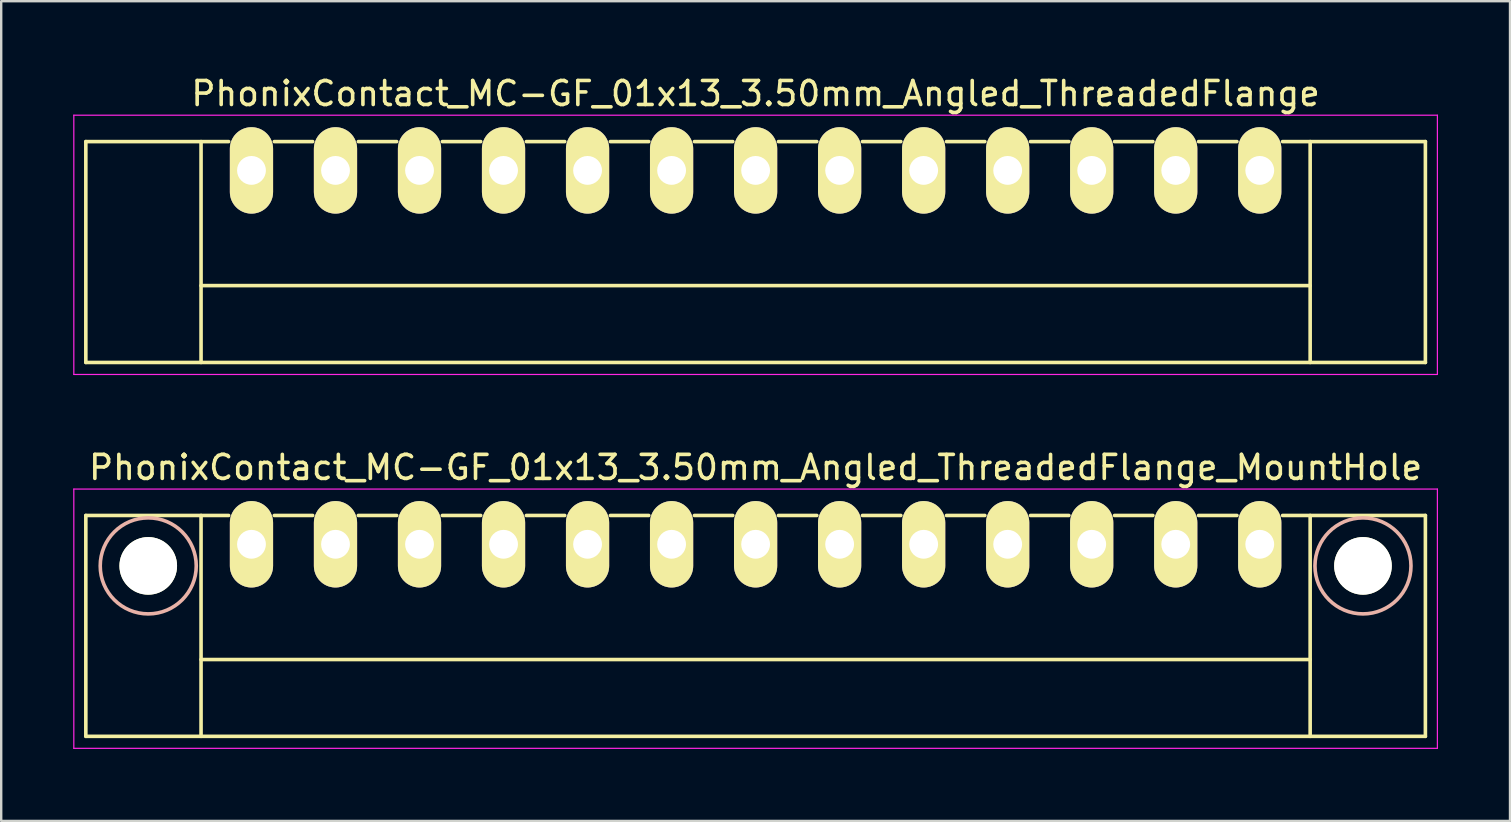
<source format=kicad_pcb>
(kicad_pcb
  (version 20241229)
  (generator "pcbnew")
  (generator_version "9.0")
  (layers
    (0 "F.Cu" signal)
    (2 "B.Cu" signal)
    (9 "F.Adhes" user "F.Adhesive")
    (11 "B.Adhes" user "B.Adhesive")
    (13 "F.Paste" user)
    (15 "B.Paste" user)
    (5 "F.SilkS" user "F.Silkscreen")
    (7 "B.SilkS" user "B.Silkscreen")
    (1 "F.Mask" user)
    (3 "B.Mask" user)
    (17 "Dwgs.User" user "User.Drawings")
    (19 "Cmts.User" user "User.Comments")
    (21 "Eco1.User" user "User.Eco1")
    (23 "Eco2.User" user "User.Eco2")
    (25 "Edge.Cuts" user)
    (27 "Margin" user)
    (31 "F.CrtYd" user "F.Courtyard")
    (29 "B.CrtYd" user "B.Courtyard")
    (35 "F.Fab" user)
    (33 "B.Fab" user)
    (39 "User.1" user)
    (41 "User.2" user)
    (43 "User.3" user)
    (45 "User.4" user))
  (footprint "PhonixContact_MC-GF_01x13_3.50mm_Angled_ThreadedFlange"
    (layer "F.Cu")
    (at 7.425 4.048)
    (property "Reference" "PhonixContact_MC-GF_01x13_3.50mm_Angled_ThreadedFlange" (at 21 -3.2 0) (layer "F.SilkS") (effects (font (size 1 1) (thickness 0.15))))
    (attr through_hole)
    (fp_line (start -6.9 -1.2) (end -6.9 8) (stroke (width 0.15) (type solid)) (layer "F.SilkS"))
    (fp_line (start -6.9 -1.2) (end -0.95 -1.2) (stroke (width 0.15) (type solid)) (layer "F.SilkS"))
    (fp_line (start -6.9 8) (end 48.9 8) (stroke (width 0.15) (type solid)) (layer "F.SilkS"))
    (fp_line (start -2.1 -1.2) (end -2.1 8) (stroke (width 0.15) (type solid)) (layer "F.SilkS"))
    (fp_line (start -2.1 4.8) (end 44.1 4.8) (stroke (width 0.15) (type solid)) (layer "F.SilkS"))
    (fp_line (start 0.95 -1.2) (end 2.55 -1.2) (stroke (width 0.15) (type solid)) (layer "F.SilkS"))
    (fp_line (start 4.45 -1.2) (end 6.05 -1.2) (stroke (width 0.15) (type solid)) (layer "F.SilkS"))
    (fp_line (start 7.95 -1.2) (end 9.55 -1.2) (stroke (width 0.15) (type solid)) (layer "F.SilkS"))
    (fp_line (start 11.45 -1.2) (end 13.05 -1.2) (stroke (width 0.15) (type solid)) (layer "F.SilkS"))
    (fp_line (start 14.95 -1.2) (end 16.55 -1.2) (stroke (width 0.15) (type solid)) (layer "F.SilkS"))
    (fp_line (start 18.45 -1.2) (end 20.05 -1.2) (stroke (width 0.15) (type solid)) (layer "F.SilkS"))
    (fp_line (start 21.95 -1.2) (end 23.55 -1.2) (stroke (width 0.15) (type solid)) (layer "F.SilkS"))
    (fp_line (start 25.45 -1.2) (end 27.05 -1.2) (stroke (width 0.15) (type solid)) (layer "F.SilkS"))
    (fp_line (start 28.95 -1.2) (end 30.55 -1.2) (stroke (width 0.15) (type solid)) (layer "F.SilkS"))
    (fp_line (start 32.45 -1.2) (end 34.05 -1.2) (stroke (width 0.15) (type solid)) (layer "F.SilkS"))
    (fp_line (start 35.95 -1.2) (end 37.55 -1.2) (stroke (width 0.15) (type solid)) (layer "F.SilkS"))
    (fp_line (start 39.45 -1.2) (end 41.05 -1.2) (stroke (width 0.15) (type solid)) (layer "F.SilkS"))
    (fp_line (start 44.1 -1.2) (end 44.1 8) (stroke (width 0.15) (type solid)) (layer "F.SilkS"))
    (fp_line (start 48.9 -1.2) (end 42.95 -1.2) (stroke (width 0.15) (type solid)) (layer "F.SilkS"))
    (fp_line (start 48.9 8) (end 48.9 -1.2) (stroke (width 0.15) (type solid)) (layer "F.SilkS"))
    (fp_line (start -7.4 -2.3) (end -7.4 8.5) (stroke (width 0.05) (type solid)) (layer "F.CrtYd"))
    (fp_line (start -7.4 8.5) (end 49.4 8.5) (stroke (width 0.05) (type solid)) (layer "F.CrtYd"))
    (fp_line (start 49.4 -2.3) (end -7.4 -2.3) (stroke (width 0.05) (type solid)) (layer "F.CrtYd"))
    (fp_line (start 49.4 8.5) (end 49.4 -2.3) (stroke (width 0.05) (type solid)) (layer "F.CrtYd"))
    (pad "1" thru_hole oval (at 0 0) (size 1.8 3.6) (drill 1.2) (layers "*.Cu" "*.Mask" "F.SilkS"))
    (pad "2" thru_hole oval (at 3.5 0) (size 1.8 3.6) (drill 1.2) (layers "*.Cu" "*.Mask" "F.SilkS"))
    (pad "3" thru_hole oval (at 7 0) (size 1.8 3.6) (drill 1.2) (layers "*.Cu" "*.Mask" "F.SilkS"))
    (pad "4" thru_hole oval (at 10.5 0) (size 1.8 3.6) (drill 1.2) (layers "*.Cu" "*.Mask" "F.SilkS"))
    (pad "5" thru_hole oval (at 14 0) (size 1.8 3.6) (drill 1.2) (layers "*.Cu" "*.Mask" "F.SilkS"))
    (pad "6" thru_hole oval (at 17.5 0) (size 1.8 3.6) (drill 1.2) (layers "*.Cu" "*.Mask" "F.SilkS"))
    (pad "7" thru_hole oval (at 21 0) (size 1.8 3.6) (drill 1.2) (layers "*.Cu" "*.Mask" "F.SilkS"))
    (pad "8" thru_hole oval (at 24.5 0) (size 1.8 3.6) (drill 1.2) (layers "*.Cu" "*.Mask" "F.SilkS"))
    (pad "9" thru_hole oval (at 28 0) (size 1.8 3.6) (drill 1.2) (layers "*.Cu" "*.Mask" "F.SilkS"))
    (pad "10" thru_hole oval (at 31.5 0) (size 1.8 3.6) (drill 1.2) (layers "*.Cu" "*.Mask" "F.SilkS"))
    (pad "11" thru_hole oval (at 35 0) (size 1.8 3.6) (drill 1.2) (layers "*.Cu" "*.Mask" "F.SilkS"))
    (pad "12" thru_hole oval (at 38.5 0) (size 1.8 3.6) (drill 1.2) (layers "*.Cu" "*.Mask" "F.SilkS"))
    (pad "13" thru_hole oval (at 42 0) (size 1.8 3.6) (drill 1.2) (layers "*.Cu" "*.Mask" "F.SilkS")))
  (footprint "PhonixContact_MC-GF_01x13_3.50mm_Angled_ThreadedFlange_MountHole"
    (layer "F.Cu")
    (at 7.425 19.622)
    (property "Reference" "PhonixContact_MC-GF_01x13_3.50mm_Angled_ThreadedFlange_MountHole" (at 21 -3.2 0) (layer "F.SilkS") (effects (font (size 1 1) (thickness 0.15))))
    (attr through_hole)
    (fp_line (start -6.9 -1.2) (end -6.9 8) (stroke (width 0.15) (type solid)) (layer "F.SilkS"))
    (fp_line (start -6.9 -1.2) (end -0.95 -1.2) (stroke (width 0.15) (type solid)) (layer "F.SilkS"))
    (fp_line (start -6.9 8) (end 48.9 8) (stroke (width 0.15) (type solid)) (layer "F.SilkS"))
    (fp_line (start -2.1 -1.2) (end -2.1 8) (stroke (width 0.15) (type solid)) (layer "F.SilkS"))
    (fp_line (start -2.1 4.8) (end 44.1 4.8) (stroke (width 0.15) (type solid)) (layer "F.SilkS"))
    (fp_line (start 0.95 -1.2) (end 2.55 -1.2) (stroke (width 0.15) (type solid)) (layer "F.SilkS"))
    (fp_line (start 4.45 -1.2) (end 6.05 -1.2) (stroke (width 0.15) (type solid)) (layer "F.SilkS"))
    (fp_line (start 7.95 -1.2) (end 9.55 -1.2) (stroke (width 0.15) (type solid)) (layer "F.SilkS"))
    (fp_line (start 11.45 -1.2) (end 13.05 -1.2) (stroke (width 0.15) (type solid)) (layer "F.SilkS"))
    (fp_line (start 14.95 -1.2) (end 16.55 -1.2) (stroke (width 0.15) (type solid)) (layer "F.SilkS"))
    (fp_line (start 18.45 -1.2) (end 20.05 -1.2) (stroke (width 0.15) (type solid)) (layer "F.SilkS"))
    (fp_line (start 21.95 -1.2) (end 23.55 -1.2) (stroke (width 0.15) (type solid)) (layer "F.SilkS"))
    (fp_line (start 25.45 -1.2) (end 27.05 -1.2) (stroke (width 0.15) (type solid)) (layer "F.SilkS"))
    (fp_line (start 28.95 -1.2) (end 30.55 -1.2) (stroke (width 0.15) (type solid)) (layer "F.SilkS"))
    (fp_line (start 32.45 -1.2) (end 34.05 -1.2) (stroke (width 0.15) (type solid)) (layer "F.SilkS"))
    (fp_line (start 35.95 -1.2) (end 37.55 -1.2) (stroke (width 0.15) (type solid)) (layer "F.SilkS"))
    (fp_line (start 39.45 -1.2) (end 41.05 -1.2) (stroke (width 0.15) (type solid)) (layer "F.SilkS"))
    (fp_line (start 44.1 -1.2) (end 44.1 8) (stroke (width 0.15) (type solid)) (layer "F.SilkS"))
    (fp_line (start 48.9 -1.2) (end 42.95 -1.2) (stroke (width 0.15) (type solid)) (layer "F.SilkS"))
    (fp_line (start 48.9 8) (end 48.9 -1.2) (stroke (width 0.15) (type solid)) (layer "F.SilkS"))
    (fp_circle (center -4.3 0.9) (end -2.3 0.9) (stroke (width 0.15) (type solid)) (fill no) (layer "B.SilkS"))
    (fp_circle (center 46.3 0.9) (end 48.3 0.9) (stroke (width 0.15) (type solid)) (fill no) (layer "B.SilkS"))
    (fp_line (start -7.4 -2.3) (end -7.4 8.5) (stroke (width 0.05) (type solid)) (layer "F.CrtYd"))
    (fp_line (start -7.4 8.5) (end 49.4 8.5) (stroke (width 0.05) (type solid)) (layer "F.CrtYd"))
    (fp_line (start 49.4 -2.3) (end -7.4 -2.3) (stroke (width 0.05) (type solid)) (layer "F.CrtYd"))
    (fp_line (start 49.4 8.5) (end 49.4 -2.3) (stroke (width 0.05) (type solid)) (layer "F.CrtYd"))
    (pad "" np_thru_hole circle (at -4.3 0.9) (size 2.4 2.4) (drill 2.4) (layers "*.Cu" "*.Mask" "F.SilkS"))
    (pad "" np_thru_hole circle (at 46.3 0.9) (size 2.4 2.4) (drill 2.4) (layers "*.Cu" "*.Mask" "F.SilkS"))
    (pad "1" thru_hole oval (at 0 0) (size 1.8 3.6) (drill 1.2) (layers "*.Cu" "*.Mask" "F.SilkS"))
    (pad "2" thru_hole oval (at 3.5 0) (size 1.8 3.6) (drill 1.2) (layers "*.Cu" "*.Mask" "F.SilkS"))
    (pad "3" thru_hole oval (at 7 0) (size 1.8 3.6) (drill 1.2) (layers "*.Cu" "*.Mask" "F.SilkS"))
    (pad "4" thru_hole oval (at 10.5 0) (size 1.8 3.6) (drill 1.2) (layers "*.Cu" "*.Mask" "F.SilkS"))
    (pad "5" thru_hole oval (at 14 0) (size 1.8 3.6) (drill 1.2) (layers "*.Cu" "*.Mask" "F.SilkS"))
    (pad "6" thru_hole oval (at 17.5 0) (size 1.8 3.6) (drill 1.2) (layers "*.Cu" "*.Mask" "F.SilkS"))
    (pad "7" thru_hole oval (at 21 0) (size 1.8 3.6) (drill 1.2) (layers "*.Cu" "*.Mask" "F.SilkS"))
    (pad "8" thru_hole oval (at 24.5 0) (size 1.8 3.6) (drill 1.2) (layers "*.Cu" "*.Mask" "F.SilkS"))
    (pad "9" thru_hole oval (at 28 0) (size 1.8 3.6) (drill 1.2) (layers "*.Cu" "*.Mask" "F.SilkS"))
    (pad "10" thru_hole oval (at 31.5 0) (size 1.8 3.6) (drill 1.2) (layers "*.Cu" "*.Mask" "F.SilkS"))
    (pad "11" thru_hole oval (at 35 0) (size 1.8 3.6) (drill 1.2) (layers "*.Cu" "*.Mask" "F.SilkS"))
    (pad "12" thru_hole oval (at 38.5 0) (size 1.8 3.6) (drill 1.2) (layers "*.Cu" "*.Mask" "F.SilkS"))
    (pad "13" thru_hole oval (at 42 0) (size 1.8 3.6) (drill 1.2) (layers "*.Cu" "*.Mask" "F.SilkS")))
  (gr_rect
    (start -3 -3)
    (end 59.85 31.146)
    (stroke (width 0.1) (type default))
    (fill no)
    (layer "Edge.Cuts")))
</source>
